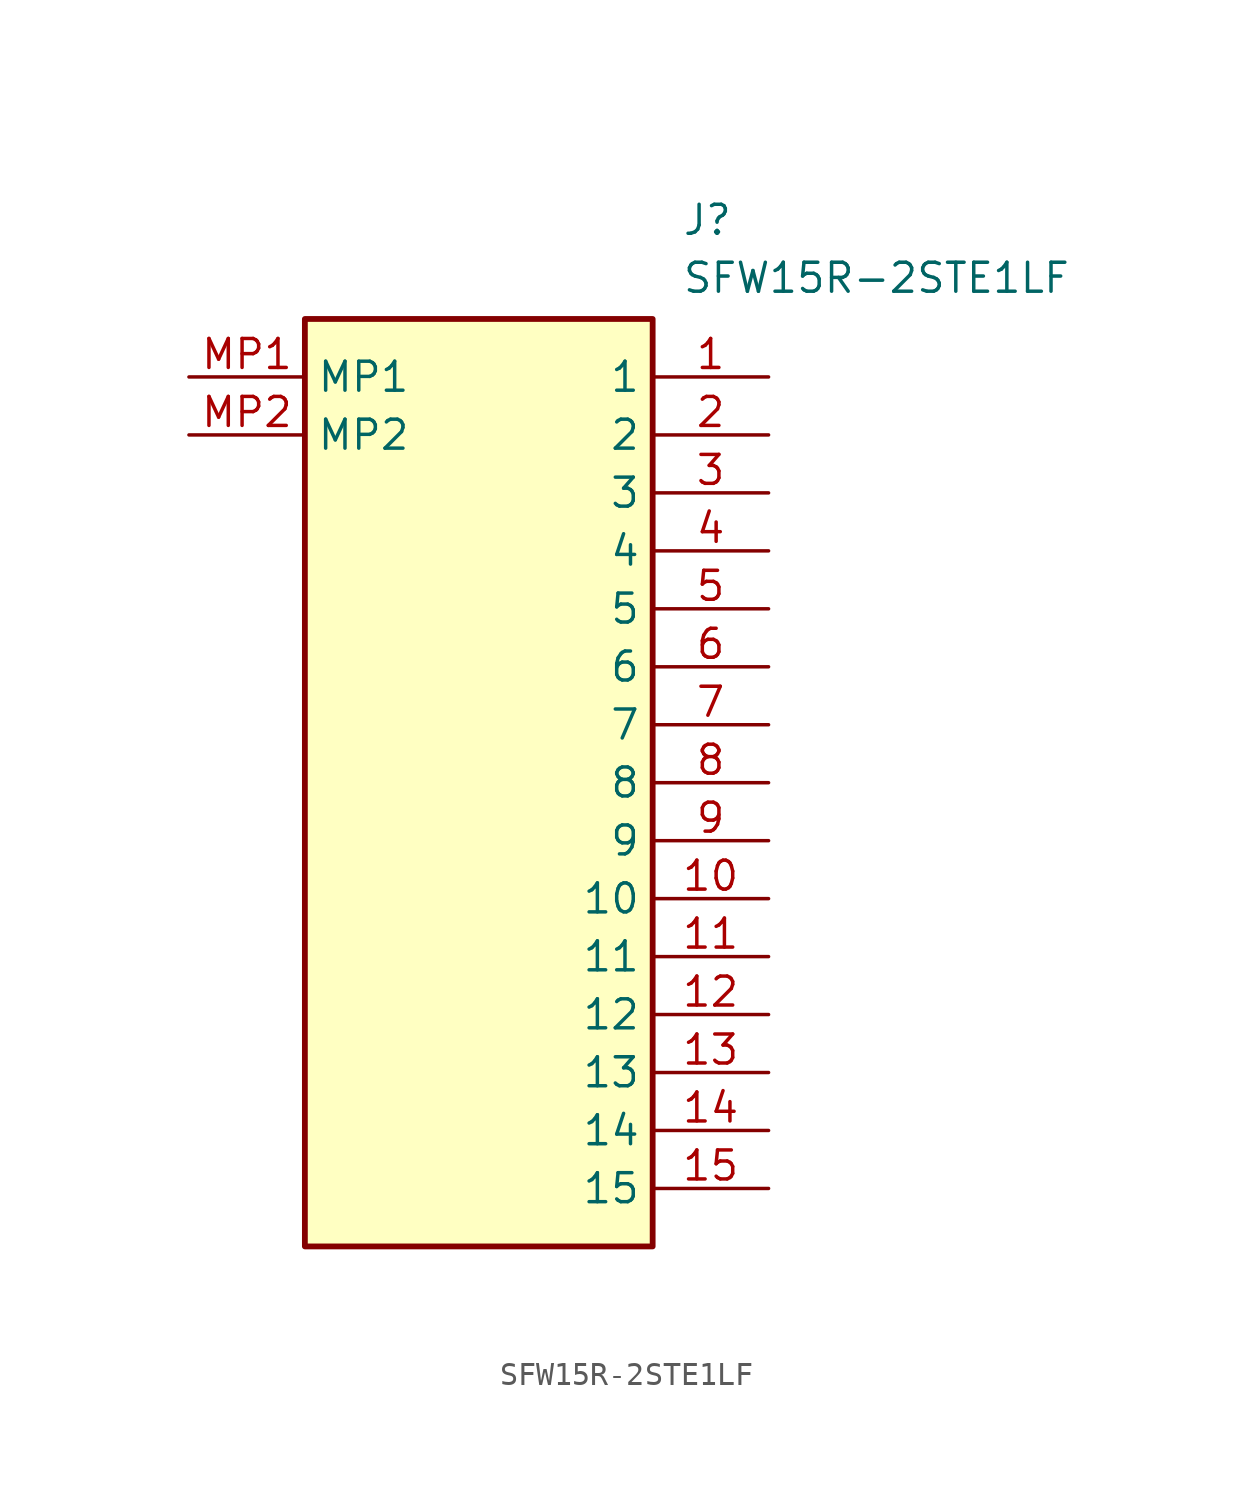
<source format=kicad_sym>
(kicad_symbol_lib
  (version 20211014)
  (generator SamacSys_ECAD_Model)
  (symbol "SFW15R-2STE1LF"
    (property "Reference" "J"
      (at 21.59 7.62 0)
      (effects (font (size 1.27 1.27)) (justify left top)))
    (property "Value" "SFW15R-2STE1LF"
      (at 21.59 5.08 0)
      (effects (font (size 1.27 1.27)) (justify left top)))
    (rectangle
      (start 5.08 2.54)
      (end 20.32 -38.1)
      (stroke (width 0.254) (type default))
      (fill (type background)))
    (pin passive line
      (at 25.4 0 180)
      (length 5.08)
      (name "1" (effects (font (size 1.27 1.27))))
      (number "1" (effects (font (size 1.27 1.27)))))
    (pin passive line
      (at 25.4 -2.54 180)
      (length 5.08)
      (name "2" (effects (font (size 1.27 1.27))))
      (number "2" (effects (font (size 1.27 1.27)))))
    (pin passive line
      (at 25.4 -5.08 180)
      (length 5.08)
      (name "3" (effects (font (size 1.27 1.27))))
      (number "3" (effects (font (size 1.27 1.27)))))
    (pin passive line
      (at 25.4 -7.62 180)
      (length 5.08)
      (name "4" (effects (font (size 1.27 1.27))))
      (number "4" (effects (font (size 1.27 1.27)))))
    (pin passive line
      (at 25.4 -10.16 180)
      (length 5.08)
      (name "5" (effects (font (size 1.27 1.27))))
      (number "5" (effects (font (size 1.27 1.27)))))
    (pin passive line
      (at 25.4 -12.7 180)
      (length 5.08)
      (name "6" (effects (font (size 1.27 1.27))))
      (number "6" (effects (font (size 1.27 1.27)))))
    (pin passive line
      (at 25.4 -15.24 180)
      (length 5.08)
      (name "7" (effects (font (size 1.27 1.27))))
      (number "7" (effects (font (size 1.27 1.27)))))
    (pin passive line
      (at 25.4 -17.78 180)
      (length 5.08)
      (name "8" (effects (font (size 1.27 1.27))))
      (number "8" (effects (font (size 1.27 1.27)))))
    (pin passive line
      (at 25.4 -20.32 180)
      (length 5.08)
      (name "9" (effects (font (size 1.27 1.27))))
      (number "9" (effects (font (size 1.27 1.27)))))
    (pin passive line
      (at 25.4 -22.86 180)
      (length 5.08)
      (name "10" (effects (font (size 1.27 1.27))))
      (number "10" (effects (font (size 1.27 1.27)))))
    (pin passive line
      (at 25.4 -25.4 180)
      (length 5.08)
      (name "11" (effects (font (size 1.27 1.27))))
      (number "11" (effects (font (size 1.27 1.27)))))
    (pin passive line
      (at 25.4 -27.94 180)
      (length 5.08)
      (name "12" (effects (font (size 1.27 1.27))))
      (number "12" (effects (font (size 1.27 1.27)))))
    (pin passive line
      (at 25.4 -30.48 180)
      (length 5.08)
      (name "13" (effects (font (size 1.27 1.27))))
      (number "13" (effects (font (size 1.27 1.27)))))
    (pin passive line
      (at 25.4 -33.02 180)
      (length 5.08)
      (name "14" (effects (font (size 1.27 1.27))))
      (number "14" (effects (font (size 1.27 1.27)))))
    (pin passive line
      (at 25.4 -35.56 180)
      (length 5.08)
      (name "15" (effects (font (size 1.27 1.27))))
      (number "15" (effects (font (size 1.27 1.27)))))
    (pin passive line
      (at 0 0 0)
      (length 5.08)
      (name "MP1" (effects (font (size 1.27 1.27))))
      (number "MP1" (effects (font (size 1.27 1.27)))))
    (pin passive line
      (at 0 -2.54 0)
      (length 5.08)
      (name "MP2" (effects (font (size 1.27 1.27))))
      (number "MP2" (effects (font (size 1.27 1.27)))))))
</source>
